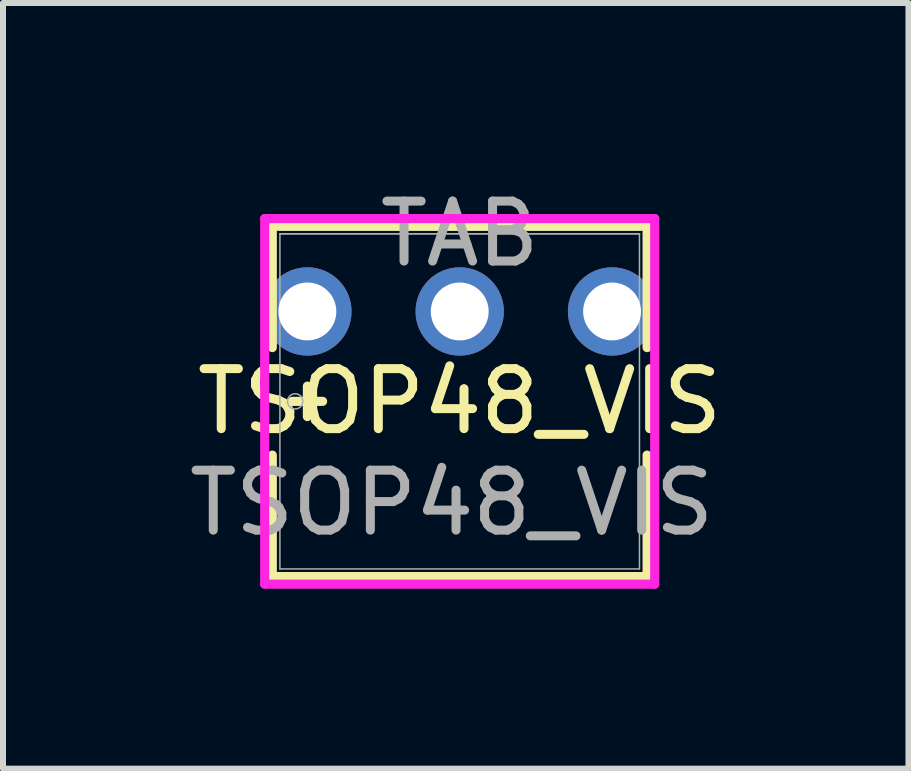
<source format=kicad_pcb>
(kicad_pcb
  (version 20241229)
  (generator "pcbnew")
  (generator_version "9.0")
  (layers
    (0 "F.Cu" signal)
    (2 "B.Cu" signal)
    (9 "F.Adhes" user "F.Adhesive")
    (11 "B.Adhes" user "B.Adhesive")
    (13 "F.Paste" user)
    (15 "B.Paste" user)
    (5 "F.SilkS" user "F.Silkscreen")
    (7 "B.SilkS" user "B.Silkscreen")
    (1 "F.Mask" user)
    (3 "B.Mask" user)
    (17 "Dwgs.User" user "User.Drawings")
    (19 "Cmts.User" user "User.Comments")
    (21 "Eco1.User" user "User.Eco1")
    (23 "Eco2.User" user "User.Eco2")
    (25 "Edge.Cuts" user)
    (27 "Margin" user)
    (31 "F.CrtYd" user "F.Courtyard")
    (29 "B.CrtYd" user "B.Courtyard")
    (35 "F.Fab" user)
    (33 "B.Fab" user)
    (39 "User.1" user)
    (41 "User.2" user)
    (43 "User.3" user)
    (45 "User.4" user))
  (footprint "TSOP48_VIS"
    (layer "F.Cu")
    (at 2.082 2.134)
    (property "Reference" "TSOP48_VIS" (at 2.533 1.508 0) (unlocked yes) (layer "F.SilkS") (effects (font (size 1 1) (thickness 0.15))))
    (attr through_hole)
    (fp_line (start -0.592 -1.413) (end -0.592 0.612) (stroke (width 0.152) (type solid)) (layer "F.SilkS"))
    (fp_line (start -0.592 2.404) (end -0.592 4.429) (stroke (width 0.152) (type solid)) (layer "F.SilkS"))
    (fp_line (start -0.592 4.429) (end 5.657 4.429) (stroke (width 0.152) (type solid)) (layer "F.SilkS"))
    (fp_line (start -0.465 -1.413) (end 5.53 -1.413) (stroke (width 0.152) (type solid)) (layer "F.SilkS"))
    (fp_line (start -0.261 1.508) (end 0.247 1.508) (stroke (width 0.152) (type solid)) (layer "F.SilkS"))
    (fp_line (start -0.007 1.762) (end -0.007 1.254) (stroke (width 0.152) (type solid)) (layer "F.SilkS"))
    (fp_line (start 5.657 -1.413) (end -0.592 -1.413) (stroke (width 0.152) (type solid)) (layer "F.SilkS"))
    (fp_line (start 5.657 0.612) (end 5.657 -1.413) (stroke (width 0.152) (type solid)) (layer "F.SilkS"))
    (fp_line (start 5.657 4.429) (end 5.657 2.404) (stroke (width 0.152) (type solid)) (layer "F.SilkS"))
    (fp_line (start -0.719 -1.54) (end -0.719 4.556) (stroke (width 0.152) (type solid)) (layer "F.CrtYd"))
    (fp_line (start -0.719 4.556) (end 5.784 4.556) (stroke (width 0.152) (type solid)) (layer "F.CrtYd"))
    (fp_line (start 5.784 -1.54) (end -0.719 -1.54) (stroke (width 0.152) (type solid)) (layer "F.CrtYd"))
    (fp_line (start 5.784 4.556) (end 5.784 -1.54) (stroke (width 0.152) (type solid)) (layer "F.CrtYd"))
    (fp_line (start -0.465 -1.286) (end -0.465 4.302) (stroke (width 0.025) (type solid)) (layer "F.Fab"))
    (fp_line (start -0.465 -1.286) (end 5.53 -1.286) (stroke (width 0.025) (type solid)) (layer "F.Fab"))
    (fp_line (start -0.465 4.302) (end 5.53 4.302) (stroke (width 0.025) (type solid)) (layer "F.Fab"))
    (fp_line (start 5.53 -1.286) (end -0.465 -1.286) (stroke (width 0.025) (type solid)) (layer "F.Fab"))
    (fp_line (start 5.53 4.302) (end 5.53 -1.286) (stroke (width 0.025) (type solid)) (layer "F.Fab"))
    (fp_circle (center -0.211 1.508) (end -0.084 1.508) (stroke (width 0.025) (type solid)) (fill no) (layer "F.Fab"))
    (fp_text user "TAB" (at 2.533 -1.286 0) (unlocked yes) (layer "F.Fab") (effects (font (size 1 1) (thickness 0.15))))
    (fp_text user "${REFERENCE}" (at 2.4 3.2 0) (unlocked yes) (layer "F.Fab") (effects (font (size 1 1) (thickness 0.15))))
    (pad "1" thru_hole circle (at -0.007 0.009) (size 1.473 1.473) (drill 0.965) (layers "*.Cu" "*.Mask"))
    (pad "2" thru_hole circle (at 2.533 0.009) (size 1.473 1.473) (drill 0.965) (layers "*.Cu" "*.Mask"))
    (pad "3" thru_hole circle (at 5.073 0.009) (size 1.473 1.473) (drill 0.965) (layers "*.Cu" "*.Mask")))
  (gr_rect
    (start -3 -3)
    (end 12.097 9.766)
    (stroke (width 0.1) (type default))
    (fill no)
    (layer "Edge.Cuts")))
</source>
